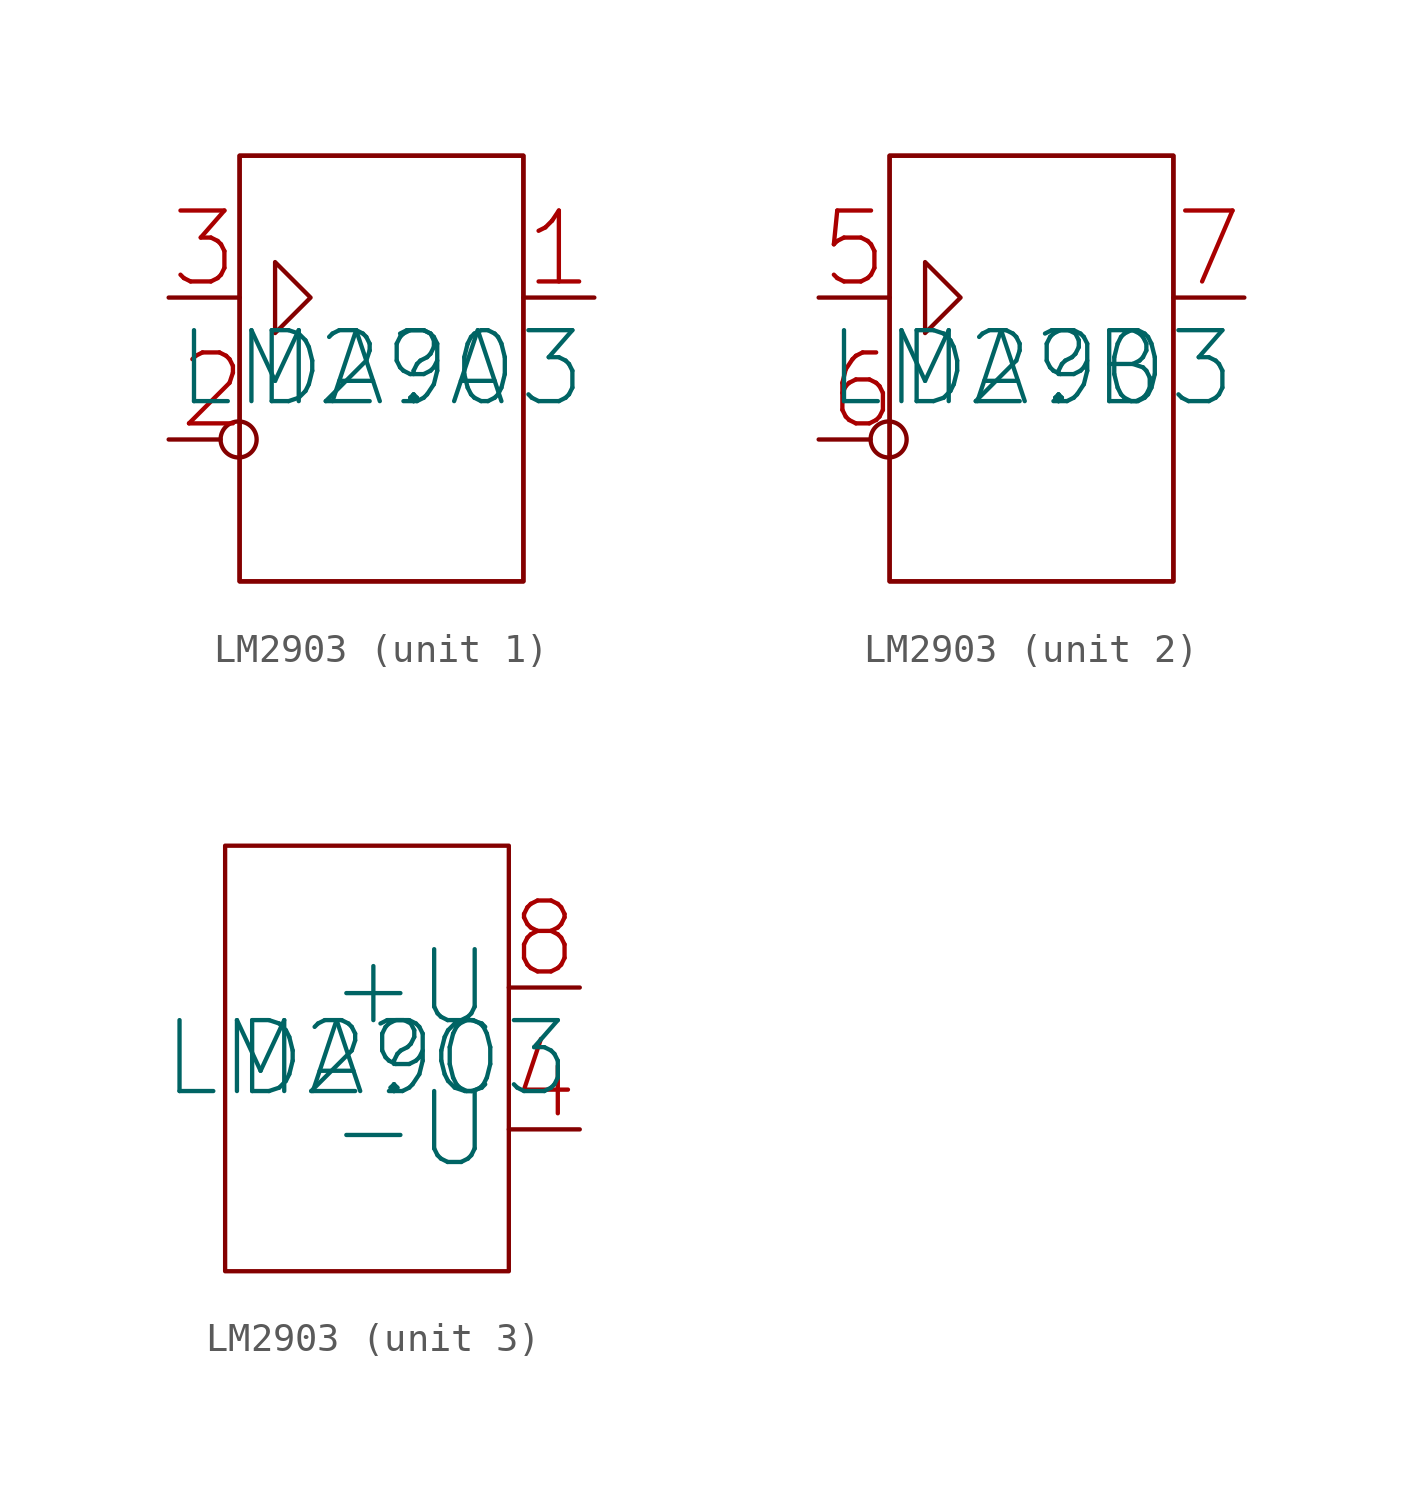
<source format=kicad_sym>
(kicad_symbol_lib
  (version 20220914)
  (generator kicad_symbol_editor)
  (symbol "LM2903"
    (property "Reference" "DA"
      (at 0 0 0)
      (effects (font (size 2.5 2.5))))
    (property "Value" "LM2903"
      (at 0 0 0)
      (effects (font (size 2.5 2.5))))
    (property "ki_locked" ""
      (at 0 0 0)
      (effects (font (size 1.27 1.27))))
    (symbol "LM2903_0_1"
      (rectangle (start -5 7.5) (end 5 -7.5) (stroke (width 0) (type default)) (fill (type none))))
    (symbol "LM2903_1_1"
      (rectangle (start -5 7.5) (end 5 -7.5) (stroke (width 0) (type default)) (fill (type none)))
      (polyline (pts (xy -3.75 3.75) (xy -3.75 1.25) (xy -2.5 2.5) (xy -3.75 3.75)) (stroke (width 0) (type default)) (fill (type none)))
      (pin input line (at 7.5 2.5 180) (length 2.5) (name "" (effects (font (size 2.5 2.5)))) (number "1" (effects (font (size 2.5 2.5)))))
      (pin input inverted (at -7.5 -2.5 0) (length 3.1) (name "" (effects (font (size 2.5 2.5)))) (number "2" (effects (font (size 2.5 2.5)))))
      (pin input line (at -7.5 2.5 0) (length 2.5) (name "" (effects (font (size 2.5 2.5)))) (number "3" (effects (font (size 2.5 2.5))))))
    (symbol "LM2903_2_1"
      (rectangle (start -5 7.5) (end 5 -7.5) (stroke (width 0) (type default)) (fill (type none)))
      (polyline (pts (xy -3.75 3.75) (xy -3.75 1.25) (xy -2.5 2.5) (xy -3.75 3.75)) (stroke (width 0) (type default)) (fill (type none)))
      (pin input line (at -7.5 2.5 0) (length 2.5) (name "" (effects (font (size 2.5 2.5)))) (number "5" (effects (font (size 2.5 2.5)))))
      (pin input inverted (at -7.5 -2.5 0) (length 3.1) (name "" (effects (font (size 2.5 2.5)))) (number "6" (effects (font (size 2.5 2.5)))))
      (pin input line (at 7.5 2.5 180) (length 2.5) (name "" (effects (font (size 2.5 2.5)))) (number "7" (effects (font (size 2.5 2.5))))))
    (symbol "LM2903_3_1"
      (pin input line (at 7.5 -2.5 180) (length 2.5) (name "-U" (effects (font (size 2.5 2.5)))) (number "4" (effects (font (size 2.5 2.5)))))
      (pin input line (at 7.5 2.5 180) (length 2.5) (name "+U" (effects (font (size 2.5 2.5)))) (number "8" (effects (font (size 2.5 2.5))))))))
</source>
